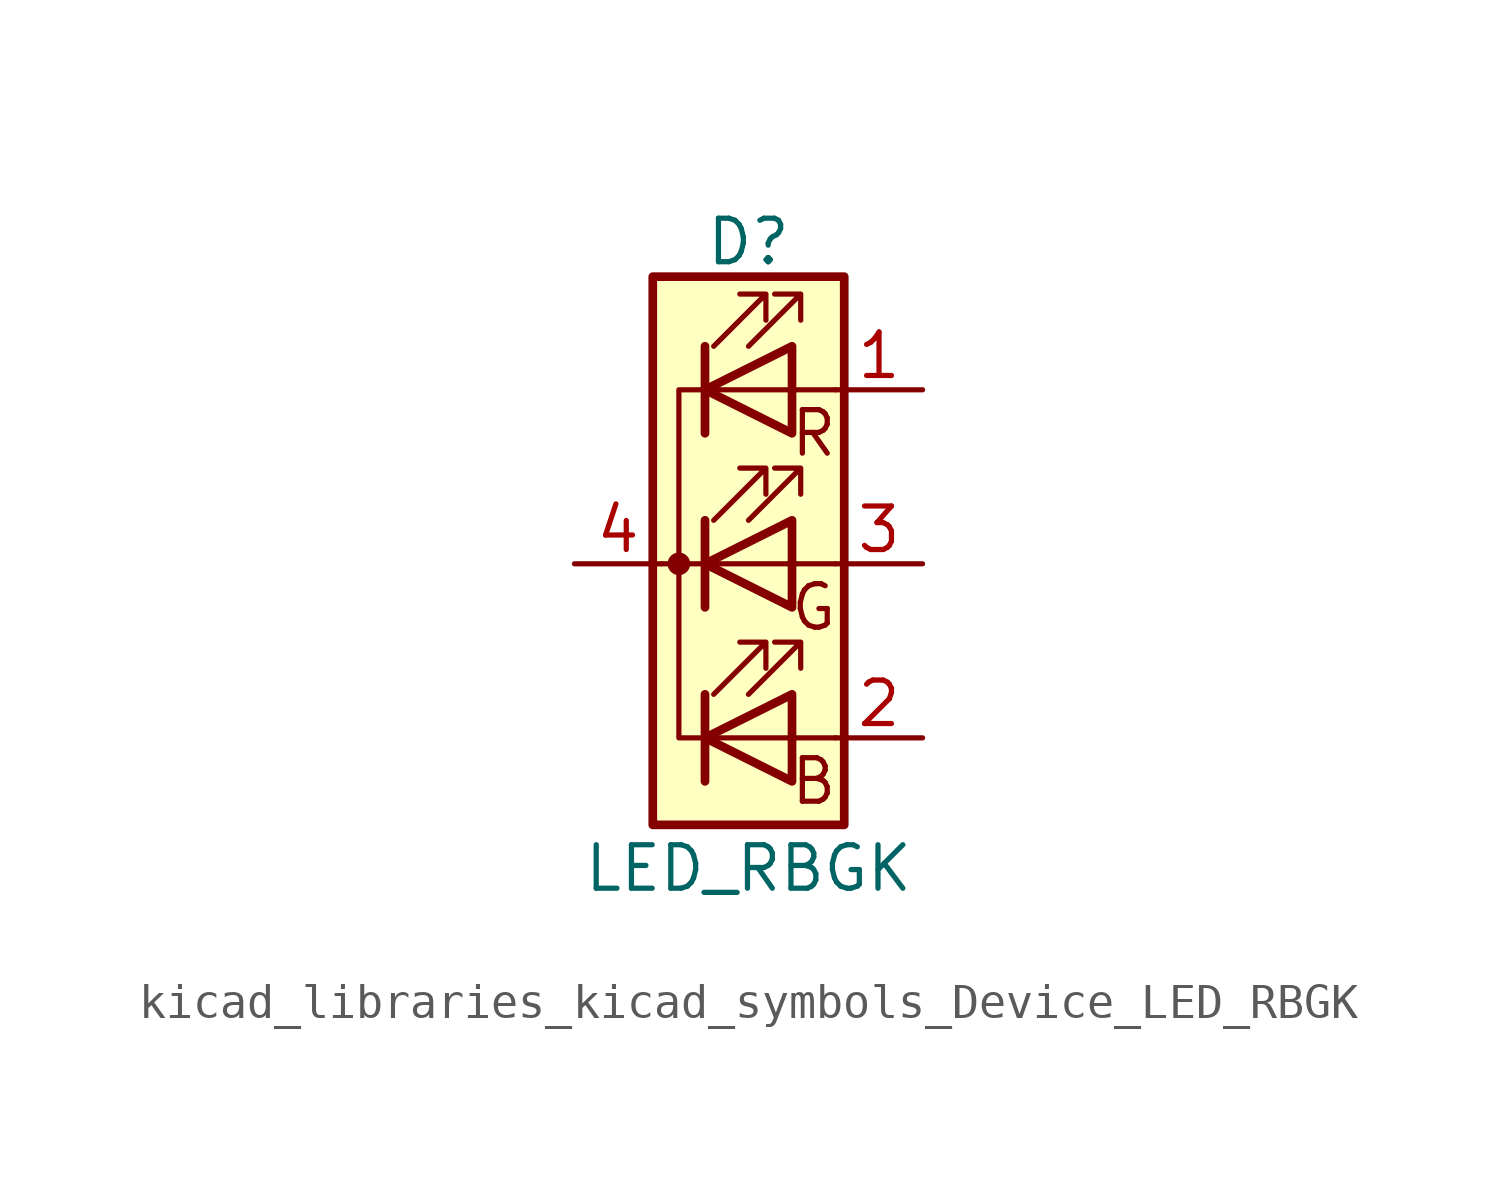
<source format=kicad_sym>
(kicad_symbol_lib
  (version 20220914)
  (generator kicad_symbol_editor)
  (symbol "kicad_libraries_kicad_symbols_Device_LED_RBGK"
    (pin_names
      (offset 0) hide)
    (property "Reference" "D"
      (at 0 9.398 0)
      (effects (font (size 1.27 1.27))))
    (property "Value" "LED_RBGK"
      (at 0 -8.89 0)
      (effects (font (size 1.27 1.27))))
    (symbol "kicad_libraries_kicad_symbols_Device_LED_RBGK_0_0"
      (text "B" (at 1.905 -6.35 0) (effects (font (size 1.27 1.27))))
      (text "G" (at 1.905 -1.27 0) (effects (font (size 1.27 1.27))))
      (text "R" (at 1.905 3.81 0) (effects (font (size 1.27 1.27)))))
    (symbol "kicad_libraries_kicad_symbols_Device_LED_RBGK_0_1"
      (circle (center -2.032 0) (radius 0.254) (stroke (width 0) (type default)) (fill (type outline)))
      (polyline (pts (xy -1.27 -5.08) (xy 1.27 -5.08)) (stroke (width 0) (type default)) (fill (type none)))
      (polyline (pts (xy -1.27 -3.81) (xy -1.27 -6.35)) (stroke (width 0.254) (type default)) (fill (type none)))
      (polyline (pts (xy -1.27 0) (xy -2.54 0)) (stroke (width 0) (type default)) (fill (type none)))
      (polyline (pts (xy -1.27 1.27) (xy -1.27 -1.27)) (stroke (width 0.254) (type default)) (fill (type none)))
      (polyline (pts (xy -1.27 5.08) (xy 1.27 5.08)) (stroke (width 0) (type default)) (fill (type none)))
      (polyline (pts (xy -1.27 6.35) (xy -1.27 3.81)) (stroke (width 0.254) (type default)) (fill (type none)))
      (polyline (pts (xy 1.27 -5.08) (xy 2.54 -5.08)) (stroke (width 0) (type default)) (fill (type none)))
      (polyline (pts (xy 1.27 0) (xy -1.27 0)) (stroke (width 0) (type default)) (fill (type none)))
      (polyline (pts (xy 1.27 0) (xy 2.54 0)) (stroke (width 0) (type default)) (fill (type none)))
      (polyline (pts (xy 1.27 5.08) (xy 2.54 5.08)) (stroke (width 0) (type default)) (fill (type none)))
      (polyline (pts (xy -1.27 1.27) (xy -1.27 -1.27) (xy -1.27 -1.27)) (stroke (width 0) (type default)) (fill (type none)))
      (polyline (pts (xy -1.27 6.35) (xy -1.27 3.81) (xy -1.27 3.81)) (stroke (width 0) (type default)) (fill (type none)))
      (polyline (pts (xy -1.27 5.08) (xy -2.032 5.08) (xy -2.032 -5.08) (xy -1.016 -5.08)) (stroke (width 0) (type default)) (fill (type none)))
      (polyline (pts (xy 1.27 -3.81) (xy 1.27 -6.35) (xy -1.27 -5.08) (xy 1.27 -3.81)) (stroke (width 0.254) (type default)) (fill (type none)))
      (polyline (pts (xy 1.27 1.27) (xy 1.27 -1.27) (xy -1.27 0) (xy 1.27 1.27)) (stroke (width 0.254) (type default)) (fill (type none)))
      (polyline (pts (xy 1.27 6.35) (xy 1.27 3.81) (xy -1.27 5.08) (xy 1.27 6.35)) (stroke (width 0.254) (type default)) (fill (type none)))
      (polyline (pts (xy -1.016 -3.81) (xy 0.508 -2.286) (xy -0.254 -2.286) (xy 0.508 -2.286) (xy 0.508 -3.048)) (stroke (width 0) (type default)) (fill (type none)))
      (polyline (pts (xy -1.016 1.27) (xy 0.508 2.794) (xy -0.254 2.794) (xy 0.508 2.794) (xy 0.508 2.032)) (stroke (width 0) (type default)) (fill (type none)))
      (polyline (pts (xy -1.016 6.35) (xy 0.508 7.874) (xy -0.254 7.874) (xy 0.508 7.874) (xy 0.508 7.112)) (stroke (width 0) (type default)) (fill (type none)))
      (polyline (pts (xy 0 -3.81) (xy 1.524 -2.286) (xy 0.762 -2.286) (xy 1.524 -2.286) (xy 1.524 -3.048)) (stroke (width 0) (type default)) (fill (type none)))
      (polyline (pts (xy 0 1.27) (xy 1.524 2.794) (xy 0.762 2.794) (xy 1.524 2.794) (xy 1.524 2.032)) (stroke (width 0) (type default)) (fill (type none)))
      (polyline (pts (xy 0 6.35) (xy 1.524 7.874) (xy 0.762 7.874) (xy 1.524 7.874) (xy 1.524 7.112)) (stroke (width 0) (type default)) (fill (type none)))
      (rectangle (start 1.27 -1.27) (end 1.27 1.27) (stroke (width 0) (type default)) (fill (type none)))
      (rectangle (start 1.27 1.27) (end 1.27 1.27) (stroke (width 0) (type default)) (fill (type none)))
      (rectangle (start 1.27 3.81) (end 1.27 6.35) (stroke (width 0) (type default)) (fill (type none)))
      (rectangle (start 1.27 6.35) (end 1.27 6.35) (stroke (width 0) (type default)) (fill (type none)))
      (rectangle (start 2.794 8.382) (end -2.794 -7.62) (stroke (width 0.254) (type default)) (fill (type background))))
    (symbol "kicad_libraries_kicad_symbols_Device_LED_RBGK_1_1"
      (pin passive line (at 5.08 5.08 180) (length 2.54) (name "RA" (effects (font (size 1.27 1.27)))) (number "1" (effects (font (size 1.27 1.27)))))
      (pin passive line (at 5.08 -5.08 180) (length 2.54) (name "BA" (effects (font (size 1.27 1.27)))) (number "2" (effects (font (size 1.27 1.27)))))
      (pin passive line (at 5.08 0 180) (length 2.54) (name "GA" (effects (font (size 1.27 1.27)))) (number "3" (effects (font (size 1.27 1.27)))))
      (pin passive line (at -5.08 0 0) (length 2.54) (name "K" (effects (font (size 1.27 1.27)))) (number "4" (effects (font (size 1.27 1.27))))))))
</source>
